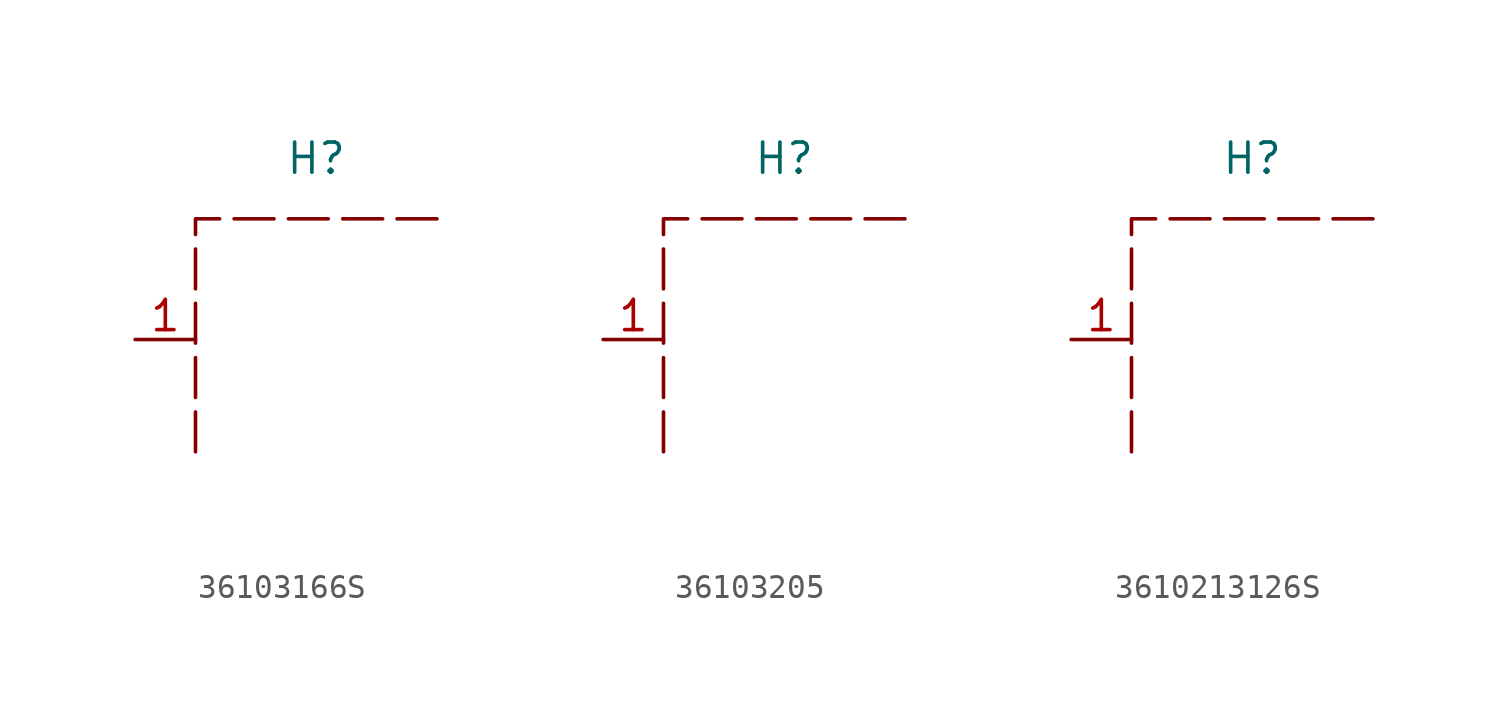
<source format=kicad_sym>
(kicad_symbol_lib
  (version 20220914)
  (generator kicad_symbol_editor)
  (symbol "36103166S"
    (pin_names hide)
    (property "Reference" "H"
      (at 0 7.62 0)
      (effects (font (size 1.27 1.27))))
    (property "Critical Parameter" ""
      (at 0 -7.62 0)
      (effects (font (size 1.27 1.27))))
    (symbol "36103166S_1_1"
      (polyline (pts (xy 5.08 5.08) (xy -5.08 5.08) (xy -5.08 -5.08)) (stroke (width 0) (type dash)) (fill (type none)))
      (pin power_in line (at -7.62 0 0) (length 2.54) (name "GND" (effects (font (size 1.27 1.27)))) (number "1" (effects (font (size 1.27 1.27)))))))
  (symbol "36103205"
    (pin_names hide)
    (property "Reference" "H"
      (at 0 7.62 0)
      (effects (font (size 1.27 1.27))))
    (property "Critical Parameter" ""
      (at 0 -7.62 0)
      (effects (font (size 1.27 1.27))))
    (symbol "36103205_1_1"
      (polyline (pts (xy 5.08 5.08) (xy -5.08 5.08) (xy -5.08 -5.08)) (stroke (width 0) (type dash)) (fill (type none)))
      (pin power_in line (at -7.62 0 0) (length 2.54) (name "GND" (effects (font (size 1.27 1.27)))) (number "1" (effects (font (size 1.27 1.27)))))))
  (symbol "3610213126S"
    (pin_names hide)
    (property "Reference" "H"
      (at 0 7.62 0)
      (effects (font (size 1.27 1.27))))
    (property "Critical Parameter" ""
      (at 0 -7.62 0)
      (effects (font (size 1.27 1.27))))
    (symbol "3610213126S_1_1"
      (polyline (pts (xy 5.08 5.08) (xy -5.08 5.08) (xy -5.08 -5.08)) (stroke (width 0) (type dash)) (fill (type none)))
      (pin power_in line (at -7.62 0 0) (length 2.54) (name "GND" (effects (font (size 1.27 1.27)))) (number "1" (effects (font (size 1.27 1.27))))))))
</source>
